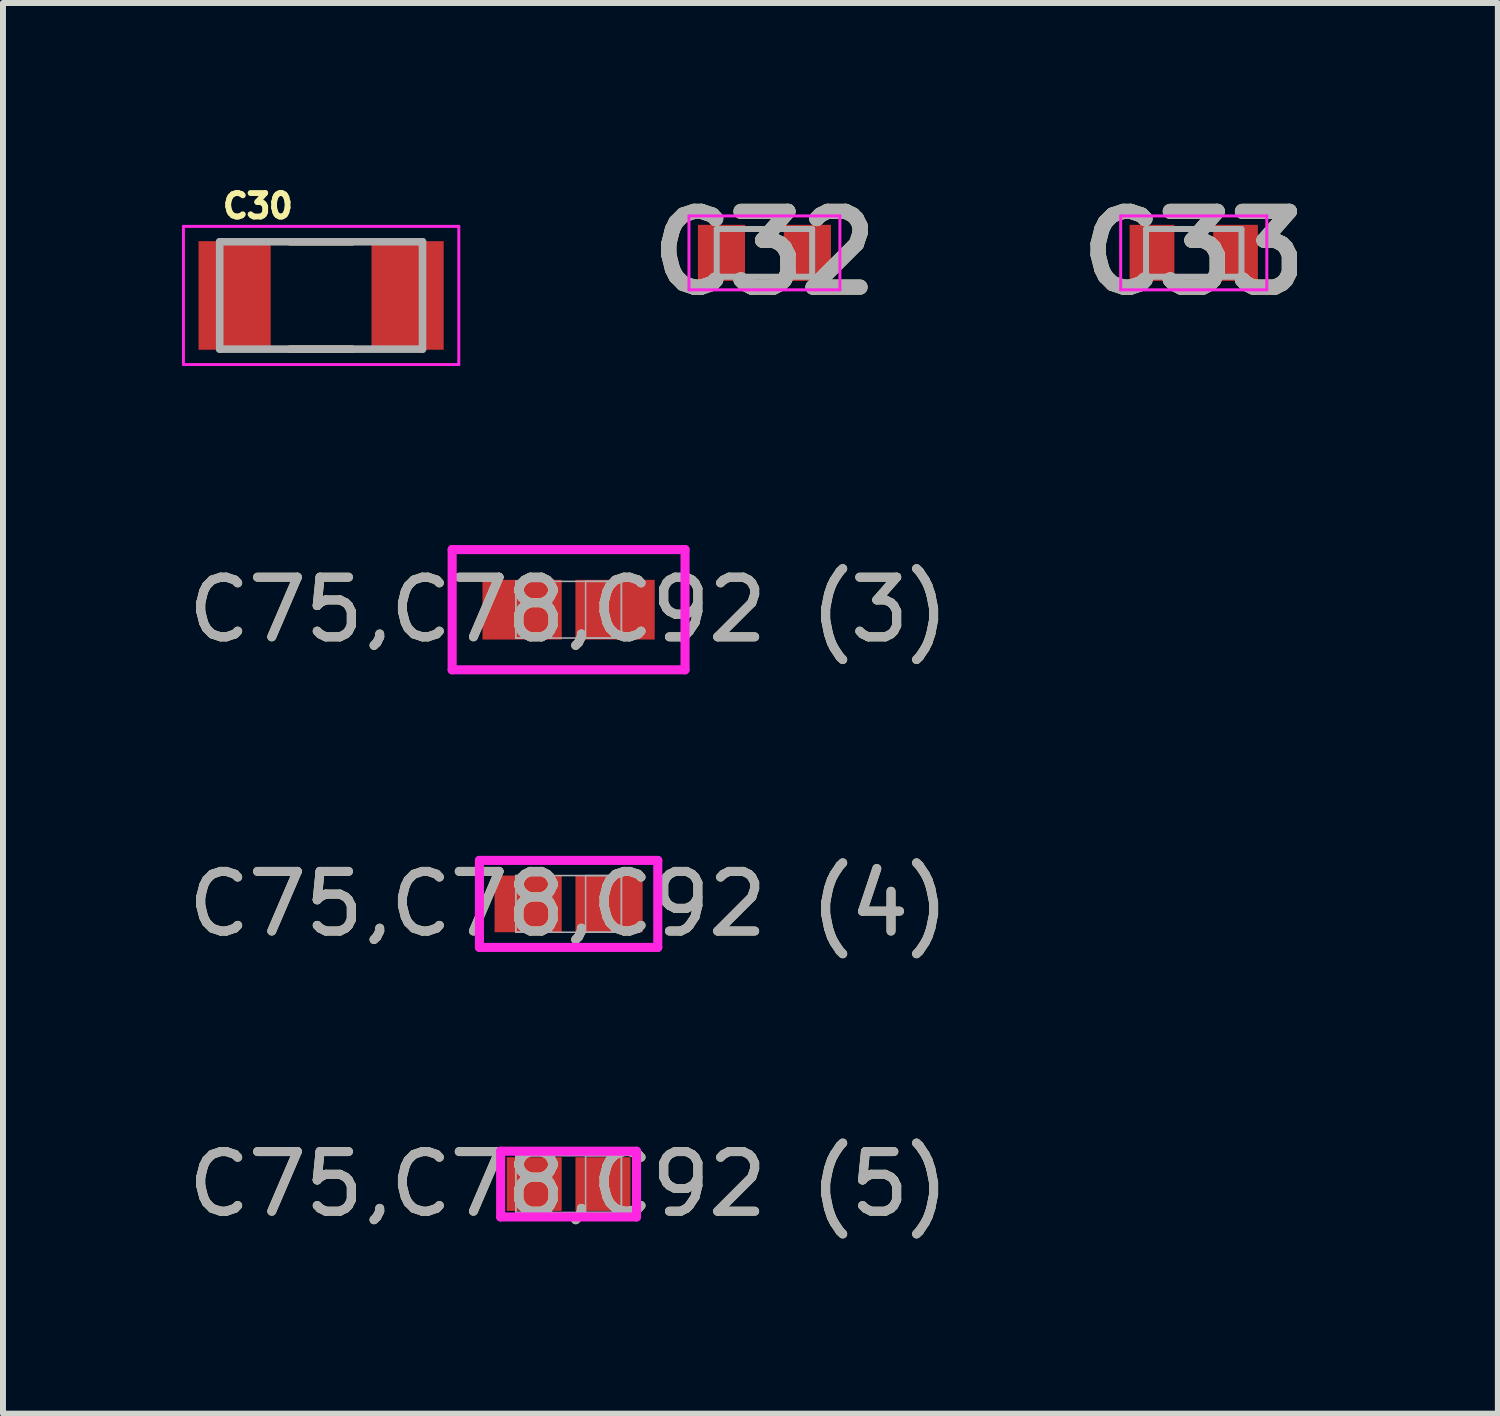
<source format=kicad_pcb>
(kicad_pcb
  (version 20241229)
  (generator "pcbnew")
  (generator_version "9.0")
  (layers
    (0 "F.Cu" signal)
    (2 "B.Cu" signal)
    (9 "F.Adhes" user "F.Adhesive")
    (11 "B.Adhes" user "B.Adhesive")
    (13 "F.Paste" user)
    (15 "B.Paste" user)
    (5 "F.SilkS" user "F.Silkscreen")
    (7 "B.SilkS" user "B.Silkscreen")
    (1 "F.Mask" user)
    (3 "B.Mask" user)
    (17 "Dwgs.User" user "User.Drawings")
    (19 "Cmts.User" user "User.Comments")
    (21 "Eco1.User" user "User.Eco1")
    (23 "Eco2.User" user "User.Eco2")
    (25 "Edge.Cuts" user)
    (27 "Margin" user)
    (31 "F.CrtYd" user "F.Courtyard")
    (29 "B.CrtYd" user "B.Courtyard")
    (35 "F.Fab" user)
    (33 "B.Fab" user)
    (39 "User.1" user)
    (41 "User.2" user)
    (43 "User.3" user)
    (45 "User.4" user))
  (footprint "C30"
    (layer "F.Cu")
    (at 2.333 1.903)
    (property "Reference" "C30" (at -1.06 -1.5 0) (layer "F.SilkS") (effects (font (size 0.394 0.394) (thickness 0.15))))
    (attr smd)
    (fp_line (start -0.52 -0.9) (end 0.52 -0.9) (stroke (width 0.127) (type solid)) (layer "F.SilkS"))
    (fp_line (start -0.52 0.9) (end 0.52 0.9) (stroke (width 0.127) (type solid)) (layer "F.SilkS"))
    (fp_line (start -2.308 -1.158) (end 2.308 -1.158) (stroke (width 0.05) (type solid)) (layer "F.CrtYd"))
    (fp_line (start -2.308 1.158) (end -2.308 -1.158) (stroke (width 0.05) (type solid)) (layer "F.CrtYd"))
    (fp_line (start -2.308 1.158) (end 2.308 1.158) (stroke (width 0.05) (type solid)) (layer "F.CrtYd"))
    (fp_line (start 2.308 1.158) (end 2.308 -1.158) (stroke (width 0.05) (type solid)) (layer "F.CrtYd"))
    (fp_line (start -1.7 0.9) (end -1.7 -0.9) (stroke (width 0.127) (type solid)) (layer "F.Fab"))
    (fp_line (start 1.7 -0.9) (end -1.7 -0.9) (stroke (width 0.127) (type solid)) (layer "F.Fab"))
    (fp_line (start 1.7 0.9) (end -1.7 0.9) (stroke (width 0.127) (type solid)) (layer "F.Fab"))
    (fp_line (start 1.7 0.9) (end 1.7 -0.9) (stroke (width 0.127) (type solid)) (layer "F.Fab"))
    (pad "1" smd rect (at -1.45 0) (size 1.21 1.82) (layers "F.Cu" "F.Mask" "F.Paste"))
    (pad "2" smd rect (at 1.45 0) (size 1.21 1.82) (layers "F.Cu" "F.Mask" "F.Paste")))
  (footprint "C75,C78,C92 (4)"
    (layer "F.Cu")
    (at 6.482 12.103)
    (property "Reference" "C75,C78,C92 (4)" (at 0 0 0) (unlocked yes) (layer "F.SilkS") (effects (font (size 1 1) (thickness 0.15))))
    (attr smd)
    (fp_line (start -1.495 -0.729) (end 1.495 -0.729) (stroke (width 0.152) (type solid)) (layer "F.CrtYd"))
    (fp_line (start -1.495 0.729) (end -1.495 -0.729) (stroke (width 0.152) (type solid)) (layer "F.CrtYd"))
    (fp_line (start 1.495 -0.729) (end 1.495 0.729) (stroke (width 0.152) (type solid)) (layer "F.CrtYd"))
    (fp_line (start 1.495 0.729) (end -1.495 0.729) (stroke (width 0.152) (type solid)) (layer "F.CrtYd"))
    (fp_line (start -0.885 -0.475) (end -0.885 0.475) (stroke (width 0.025) (type solid)) (layer "F.Fab"))
    (fp_line (start -0.885 -0.475) (end -0.885 0.475) (stroke (width 0.025) (type solid)) (layer "F.Fab"))
    (fp_line (start -0.885 0.475) (end -0.285 0.475) (stroke (width 0.025) (type solid)) (layer "F.Fab"))
    (fp_line (start -0.885 0.475) (end 0.885 0.475) (stroke (width 0.025) (type solid)) (layer "F.Fab"))
    (fp_line (start -0.285 -0.475) (end -0.885 -0.475) (stroke (width 0.025) (type solid)) (layer "F.Fab"))
    (fp_line (start -0.285 0.475) (end -0.285 -0.475) (stroke (width 0.025) (type solid)) (layer "F.Fab"))
    (fp_line (start 0.285 -0.475) (end 0.285 0.475) (stroke (width 0.025) (type solid)) (layer "F.Fab"))
    (fp_line (start 0.285 0.475) (end 0.885 0.475) (stroke (width 0.025) (type solid)) (layer "F.Fab"))
    (fp_line (start 0.885 -0.475) (end -0.885 -0.475) (stroke (width 0.025) (type solid)) (layer "F.Fab"))
    (fp_line (start 0.885 -0.475) (end 0.285 -0.475) (stroke (width 0.025) (type solid)) (layer "F.Fab"))
    (fp_line (start 0.885 0.475) (end 0.885 -0.475) (stroke (width 0.025) (type solid)) (layer "F.Fab"))
    (fp_line (start 0.885 0.475) (end 0.885 -0.475) (stroke (width 0.025) (type solid)) (layer "F.Fab"))
    (fp_text user "${REFERENCE}" (at 0 0 0) (unlocked yes) (layer "F.Fab") (effects (font (size 1 1) (thickness 0.15))))
    (pad "1" smd rect (at -0.678 0) (size 1.126 0.95) (layers "F.Cu" "F.Mask" "F.Paste"))
    (pad "2" smd rect (at 0.678 0) (size 1.126 0.95) (layers "F.Cu" "F.Mask" "F.Paste"))
    (zone (net_name "") (layer "F.Cu") (hatch full 0.508) (connect_pads) (min_thickness 0.254) (filled_areas_thickness no) (keepout (tracks not_allowed) (vias not_allowed) (pads allowed) (copperpour not_allowed) (footprints allowed)) (placement (enabled no)) (fill) (polygon (pts (xy 6.418 11.679) (xy 6.546 11.679) (xy 6.546 12.528) (xy 6.418 12.528)))))
  (footprint "C32"
    (layer "F.Cu")
    (at 9.765 1.189)
    (property "Reference" "C32" (at 0 0 0) (layer "F.SilkS") (effects (font (size 1.27 1.27) (thickness 0.254))))
    (attr smd)
    (fp_line (start -1.265 -0.62) (end 1.265 -0.62) (stroke (width 0.05) (type solid)) (layer "F.CrtYd"))
    (fp_line (start -1.265 0.62) (end -1.265 -0.62) (stroke (width 0.05) (type solid)) (layer "F.CrtYd"))
    (fp_line (start 1.265 -0.62) (end 1.265 0.62) (stroke (width 0.05) (type solid)) (layer "F.CrtYd"))
    (fp_line (start 1.265 0.62) (end -1.265 0.62) (stroke (width 0.05) (type solid)) (layer "F.CrtYd"))
    (fp_line (start -0.8 -0.4) (end 0.8 -0.4) (stroke (width 0.1) (type solid)) (layer "F.Fab"))
    (fp_line (start -0.8 0.4) (end -0.8 -0.4) (stroke (width 0.1) (type solid)) (layer "F.Fab"))
    (fp_line (start 0.8 -0.4) (end 0.8 0.4) (stroke (width 0.1) (type solid)) (layer "F.Fab"))
    (fp_line (start 0.8 0.4) (end -0.8 0.4) (stroke (width 0.1) (type solid)) (layer "F.Fab"))
    (fp_text user "${REFERENCE}" (at 0 0 0) (layer "F.Fab") (effects (font (size 1.27 1.27) (thickness 0.254))))
    (pad "1" smd rect (at -0.72 0) (size 0.79 0.94) (layers "F.Cu" "F.Mask" "F.Paste"))
    (pad "2" smd rect (at 0.72 0) (size 0.79 0.94) (layers "F.Cu" "F.Mask" "F.Paste")))
  (footprint "C75,C78,C92 (5)"
    (layer "F.Cu")
    (at 6.482 16.8)
    (property "Reference" "C75,C78,C92 (5)" (at 0 0 0) (unlocked yes) (layer "F.SilkS") (effects (font (size 1 1) (thickness 0.15))))
    (attr smd)
    (fp_line (start -1.139 -0.551) (end 1.139 -0.551) (stroke (width 0.152) (type solid)) (layer "F.CrtYd"))
    (fp_line (start -1.139 0.551) (end -1.139 -0.551) (stroke (width 0.152) (type solid)) (layer "F.CrtYd"))
    (fp_line (start 1.139 -0.551) (end 1.139 0.551) (stroke (width 0.152) (type solid)) (layer "F.CrtYd"))
    (fp_line (start 1.139 0.551) (end -1.139 0.551) (stroke (width 0.152) (type solid)) (layer "F.CrtYd"))
    (fp_line (start -0.885 -0.475) (end -0.885 0.475) (stroke (width 0.025) (type solid)) (layer "F.Fab"))
    (fp_line (start -0.885 -0.475) (end -0.885 0.475) (stroke (width 0.025) (type solid)) (layer "F.Fab"))
    (fp_line (start -0.885 0.475) (end -0.285 0.475) (stroke (width 0.025) (type solid)) (layer "F.Fab"))
    (fp_line (start -0.885 0.475) (end 0.885 0.475) (stroke (width 0.025) (type solid)) (layer "F.Fab"))
    (fp_line (start -0.285 -0.475) (end -0.885 -0.475) (stroke (width 0.025) (type solid)) (layer "F.Fab"))
    (fp_line (start -0.285 0.475) (end -0.285 -0.475) (stroke (width 0.025) (type solid)) (layer "F.Fab"))
    (fp_line (start 0.285 -0.475) (end 0.285 0.475) (stroke (width 0.025) (type solid)) (layer "F.Fab"))
    (fp_line (start 0.285 0.475) (end 0.885 0.475) (stroke (width 0.025) (type solid)) (layer "F.Fab"))
    (fp_line (start 0.885 -0.475) (end -0.885 -0.475) (stroke (width 0.025) (type solid)) (layer "F.Fab"))
    (fp_line (start 0.885 -0.475) (end 0.285 -0.475) (stroke (width 0.025) (type solid)) (layer "F.Fab"))
    (fp_line (start 0.885 0.475) (end 0.885 -0.475) (stroke (width 0.025) (type solid)) (layer "F.Fab"))
    (fp_line (start 0.885 0.475) (end 0.885 -0.475) (stroke (width 0.025) (type solid)) (layer "F.Fab"))
    (fp_text user "${REFERENCE}" (at 0 0 0) (unlocked yes) (layer "F.Fab") (effects (font (size 1 1) (thickness 0.15))))
    (pad "1" smd rect (at -0.576 0) (size 0.922 0.899) (layers "F.Cu" "F.Mask" "F.Paste"))
    (pad "2" smd rect (at 0.576 0) (size 0.922 0.899) (layers "F.Cu" "F.Mask" "F.Paste"))
    (zone (net_name "") (layer "F.Cu") (hatch full 0.508) (connect_pads) (min_thickness 0.254) (filled_areas_thickness no) (keepout (tracks not_allowed) (vias not_allowed) (pads allowed) (copperpour not_allowed) (footprints allowed)) (placement (enabled no)) (fill) (polygon (pts (xy 6.418 16.376) (xy 6.546 16.376) (xy 6.546 17.224) (xy 6.418 17.224)))))
  (footprint "C33"
    (layer "F.Cu")
    (at 16.962 1.189)
    (property "Reference" "C33" (at 0 0 0) (layer "F.SilkS") (effects (font (size 1.27 1.27) (thickness 0.254))))
    (attr smd)
    (fp_line (start -1.225 -0.62) (end 1.225 -0.62) (stroke (width 0.05) (type solid)) (layer "F.CrtYd"))
    (fp_line (start -1.225 0.62) (end -1.225 -0.62) (stroke (width 0.05) (type solid)) (layer "F.CrtYd"))
    (fp_line (start 1.225 -0.62) (end 1.225 0.62) (stroke (width 0.05) (type solid)) (layer "F.CrtYd"))
    (fp_line (start 1.225 0.62) (end -1.225 0.62) (stroke (width 0.05) (type solid)) (layer "F.CrtYd"))
    (fp_line (start -0.8 -0.4) (end 0.8 -0.4) (stroke (width 0.1) (type solid)) (layer "F.Fab"))
    (fp_line (start -0.8 0.4) (end -0.8 -0.4) (stroke (width 0.1) (type solid)) (layer "F.Fab"))
    (fp_line (start 0.8 -0.4) (end 0.8 0.4) (stroke (width 0.1) (type solid)) (layer "F.Fab"))
    (fp_line (start 0.8 0.4) (end -0.8 0.4) (stroke (width 0.1) (type solid)) (layer "F.Fab"))
    (fp_text user "${REFERENCE}" (at 0 0 0) (layer "F.Fab") (effects (font (size 1.27 1.27) (thickness 0.254))))
    (pad "1" smd rect (at -0.7 0) (size 0.75 0.94) (layers "F.Cu" "F.Mask" "F.Paste"))
    (pad "2" smd rect (at 0.7 0) (size 0.75 0.94) (layers "F.Cu" "F.Mask" "F.Paste")))
  (footprint "C75,C78,C92 (3)"
    (layer "F.Cu")
    (at 6.482 7.171)
    (property "Reference" "C75,C78,C92 (3)" (at 0 0 0) (unlocked yes) (layer "F.SilkS") (effects (font (size 1 1) (thickness 0.15))))
    (attr smd)
    (fp_line (start -1.952 -1.008) (end 1.952 -1.008) (stroke (width 0.152) (type solid)) (layer "F.CrtYd"))
    (fp_line (start -1.952 1.008) (end -1.952 -1.008) (stroke (width 0.152) (type solid)) (layer "F.CrtYd"))
    (fp_line (start 1.952 -1.008) (end 1.952 1.008) (stroke (width 0.152) (type solid)) (layer "F.CrtYd"))
    (fp_line (start 1.952 1.008) (end -1.952 1.008) (stroke (width 0.152) (type solid)) (layer "F.CrtYd"))
    (fp_line (start -0.885 -0.475) (end -0.885 0.475) (stroke (width 0.025) (type solid)) (layer "F.Fab"))
    (fp_line (start -0.885 -0.475) (end -0.885 0.475) (stroke (width 0.025) (type solid)) (layer "F.Fab"))
    (fp_line (start -0.885 0.475) (end -0.285 0.475) (stroke (width 0.025) (type solid)) (layer "F.Fab"))
    (fp_line (start -0.885 0.475) (end 0.885 0.475) (stroke (width 0.025) (type solid)) (layer "F.Fab"))
    (fp_line (start -0.285 -0.475) (end -0.885 -0.475) (stroke (width 0.025) (type solid)) (layer "F.Fab"))
    (fp_line (start -0.285 0.475) (end -0.285 -0.475) (stroke (width 0.025) (type solid)) (layer "F.Fab"))
    (fp_line (start 0.285 -0.475) (end 0.285 0.475) (stroke (width 0.025) (type solid)) (layer "F.Fab"))
    (fp_line (start 0.285 0.475) (end 0.885 0.475) (stroke (width 0.025) (type solid)) (layer "F.Fab"))
    (fp_line (start 0.885 -0.475) (end -0.885 -0.475) (stroke (width 0.025) (type solid)) (layer "F.Fab"))
    (fp_line (start 0.885 -0.475) (end 0.285 -0.475) (stroke (width 0.025) (type solid)) (layer "F.Fab"))
    (fp_line (start 0.885 0.475) (end 0.885 -0.475) (stroke (width 0.025) (type solid)) (layer "F.Fab"))
    (fp_line (start 0.885 0.475) (end 0.885 -0.475) (stroke (width 0.025) (type solid)) (layer "F.Fab"))
    (fp_text user "${REFERENCE}" (at 0 0 0) (unlocked yes) (layer "F.Fab") (effects (font (size 1 1) (thickness 0.15))))
    (pad "1" smd rect (at -0.779 0) (size 1.329 1.001) (layers "F.Cu" "F.Mask" "F.Paste"))
    (pad "2" smd rect (at 0.779 0) (size 1.329 1.001) (layers "F.Cu" "F.Mask" "F.Paste"))
    (zone (net_name "") (layer "F.Cu") (hatch full 0.508) (connect_pads) (min_thickness 0.254) (filled_areas_thickness no) (keepout (tracks not_allowed) (vias not_allowed) (pads allowed) (copperpour not_allowed) (footprints allowed)) (placement (enabled no)) (fill) (polygon (pts (xy 6.418 6.746) (xy 6.546 6.746) (xy 6.546 7.595) (xy 6.418 7.595)))))
  (gr_rect
    (start -3 -3)
    (end 22.06 20.648)
    (stroke (width 0.1) (type default))
    (fill no)
    (layer "Edge.Cuts")))
</source>
